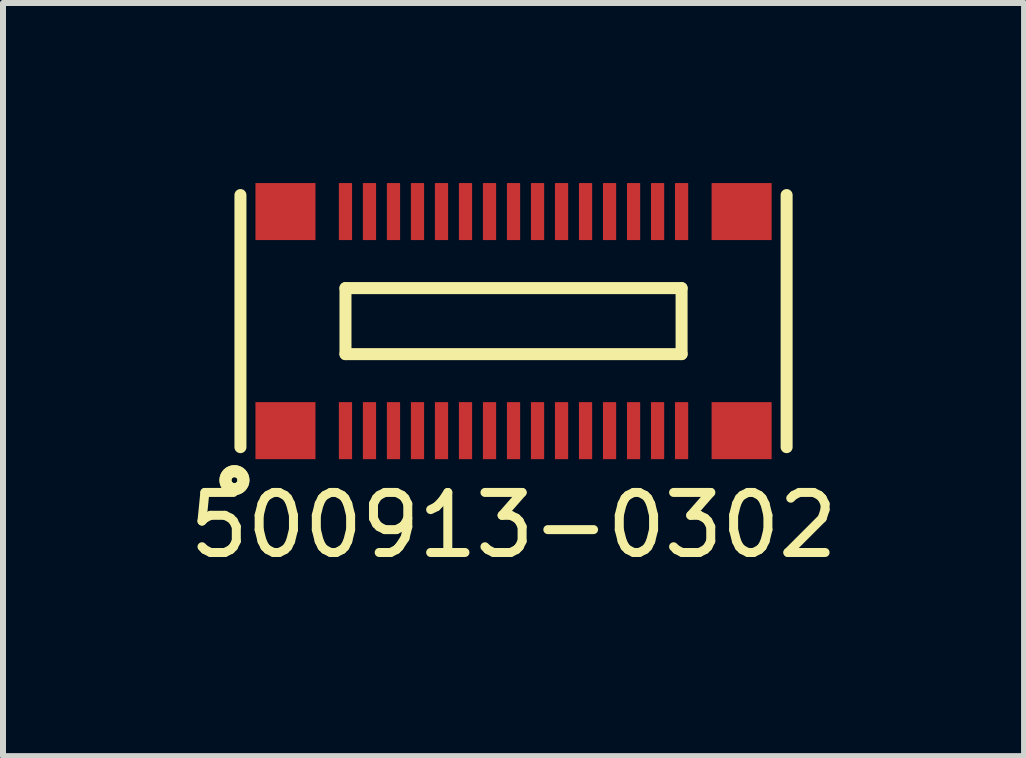
<source format=kicad_pcb>
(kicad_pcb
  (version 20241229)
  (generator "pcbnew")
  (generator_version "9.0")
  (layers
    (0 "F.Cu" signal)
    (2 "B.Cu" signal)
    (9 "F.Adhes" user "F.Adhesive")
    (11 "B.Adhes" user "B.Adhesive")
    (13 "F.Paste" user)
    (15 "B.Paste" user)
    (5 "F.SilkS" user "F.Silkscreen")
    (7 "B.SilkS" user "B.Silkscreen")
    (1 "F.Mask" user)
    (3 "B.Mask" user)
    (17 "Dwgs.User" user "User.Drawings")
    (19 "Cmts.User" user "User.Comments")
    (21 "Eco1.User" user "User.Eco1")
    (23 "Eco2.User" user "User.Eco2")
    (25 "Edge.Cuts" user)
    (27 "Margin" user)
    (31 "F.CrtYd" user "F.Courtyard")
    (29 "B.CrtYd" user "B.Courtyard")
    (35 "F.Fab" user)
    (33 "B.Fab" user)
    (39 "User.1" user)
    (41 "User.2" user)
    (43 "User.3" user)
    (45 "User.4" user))
  (footprint "500913-0302"
    (layer "F.Cu")
    (at 5.506 2.3)
    (property "Reference" "500913-0302" (at 0 3.4 0) (layer "F.SilkS") (effects (font (size 1 1) (thickness 0.15))))
    (attr through_hole)
    (fp_line (start -4.55 2.1) (end -4.55 -2.1) (stroke (width 0.2) (type solid)) (layer "F.SilkS"))
    (fp_line (start -2.8 -0.55) (end -2.8 0.55) (stroke (width 0.2) (type solid)) (layer "F.SilkS"))
    (fp_line (start -2.8 0.55) (end 2.8 0.55) (stroke (width 0.2) (type solid)) (layer "F.SilkS"))
    (fp_line (start 2.8 -0.55) (end -2.8 -0.55) (stroke (width 0.2) (type solid)) (layer "F.SilkS"))
    (fp_line (start 2.8 0.55) (end 2.8 -0.55) (stroke (width 0.2) (type solid)) (layer "F.SilkS"))
    (fp_line (start 4.55 2.1) (end 4.55 -2.1) (stroke (width 0.2) (type solid)) (layer "F.SilkS"))
    (fp_circle (center -4.65 2.65) (end -4.6 2.65) (stroke (width 0.2) (type solid)) (fill no) (layer "F.SilkS"))
    (fp_circle (center -4.65 2.65) (end -4.5 2.65) (stroke (width 0.2) (type solid)) (fill no) (layer "F.SilkS"))
    (pad "1" smd rect (at -2.8 1.825) (size 0.22 0.95) (layers "F.Cu" "F.Mask" "F.Paste"))
    (pad "2" smd rect (at -2.4 1.825) (size 0.22 0.95) (layers "F.Cu" "F.Mask" "F.Paste"))
    (pad "3" smd rect (at -2 1.825) (size 0.22 0.95) (layers "F.Cu" "F.Mask" "F.Paste"))
    (pad "4" smd rect (at -1.6 1.825) (size 0.22 0.95) (layers "F.Cu" "F.Mask" "F.Paste"))
    (pad "5" smd rect (at -1.2 1.825) (size 0.22 0.95) (layers "F.Cu" "F.Mask" "F.Paste"))
    (pad "6" smd rect (at -0.8 1.825) (size 0.22 0.95) (layers "F.Cu" "F.Mask" "F.Paste"))
    (pad "7" smd rect (at -0.4 1.825) (size 0.22 0.95) (layers "F.Cu" "F.Mask" "F.Paste"))
    (pad "8" smd rect (at 0 1.825) (size 0.22 0.95) (layers "F.Cu" "F.Mask" "F.Paste"))
    (pad "9" smd rect (at 0.4 1.825) (size 0.22 0.95) (layers "F.Cu" "F.Mask" "F.Paste"))
    (pad "10" smd rect (at 0.8 1.825) (size 0.22 0.95) (layers "F.Cu" "F.Mask" "F.Paste"))
    (pad "11" smd rect (at 1.2 1.825) (size 0.22 0.95) (layers "F.Cu" "F.Mask" "F.Paste"))
    (pad "12" smd rect (at 1.6 1.825) (size 0.22 0.95) (layers "F.Cu" "F.Mask" "F.Paste"))
    (pad "13" smd rect (at 2 1.825) (size 0.22 0.95) (layers "F.Cu" "F.Mask" "F.Paste"))
    (pad "14" smd rect (at 2.4 1.825) (size 0.22 0.95) (layers "F.Cu" "F.Mask" "F.Paste"))
    (pad "15" smd rect (at 2.8 1.825) (size 0.22 0.95) (layers "F.Cu" "F.Mask" "F.Paste"))
    (pad "16" smd rect (at 2.8 -1.825) (size 0.22 0.95) (layers "F.Cu" "F.Mask" "F.Paste"))
    (pad "17" smd rect (at 2.4 -1.825) (size 0.22 0.95) (layers "F.Cu" "F.Mask" "F.Paste"))
    (pad "18" smd rect (at 2 -1.825) (size 0.22 0.95) (layers "F.Cu" "F.Mask" "F.Paste"))
    (pad "19" smd rect (at 1.6 -1.825) (size 0.22 0.95) (layers "F.Cu" "F.Mask" "F.Paste"))
    (pad "20" smd rect (at 1.2 -1.825) (size 0.22 0.95) (layers "F.Cu" "F.Mask" "F.Paste"))
    (pad "21" smd rect (at 0.8 -1.825) (size 0.22 0.95) (layers "F.Cu" "F.Mask" "F.Paste"))
    (pad "22" smd rect (at 0.4 -1.825) (size 0.22 0.95) (layers "F.Cu" "F.Mask" "F.Paste"))
    (pad "23" smd rect (at 0 -1.825) (size 0.22 0.95) (layers "F.Cu" "F.Mask" "F.Paste"))
    (pad "24" smd rect (at -0.4 -1.825) (size 0.22 0.95) (layers "F.Cu" "F.Mask" "F.Paste"))
    (pad "25" smd rect (at -0.8 -1.825) (size 0.22 0.95) (layers "F.Cu" "F.Mask" "F.Paste"))
    (pad "26" smd rect (at -1.2 -1.825) (size 0.22 0.95) (layers "F.Cu" "F.Mask" "F.Paste"))
    (pad "27" smd rect (at -1.6 -1.825) (size 0.22 0.95) (layers "F.Cu" "F.Mask" "F.Paste"))
    (pad "28" smd rect (at -2 -1.825) (size 0.22 0.95) (layers "F.Cu" "F.Mask" "F.Paste"))
    (pad "29" smd rect (at -2.4 -1.825) (size 0.22 0.95) (layers "F.Cu" "F.Mask" "F.Paste"))
    (pad "30" smd rect (at -2.8 -1.825) (size 0.22 0.95) (layers "F.Cu" "F.Mask" "F.Paste"))
    (pad "31" smd rect (at -3.8 -1.825) (size 1 0.95) (layers "F.Cu" "F.Mask" "F.Paste"))
    (pad "31" smd rect (at -3.8 1.825) (size 1 0.95) (layers "F.Cu" "F.Mask" "F.Paste"))
    (pad "31" smd rect (at 3.8 -1.825) (size 1 0.95) (layers "F.Cu" "F.Mask" "F.Paste"))
    (pad "31" smd rect (at 3.8 1.825) (size 1 0.95) (layers "F.Cu" "F.Mask" "F.Paste")))
  (gr_rect
    (start -3 -3)
    (end 14.012 9.548)
    (stroke (width 0.1) (type default))
    (fill no)
    (layer "Edge.Cuts")))
</source>
